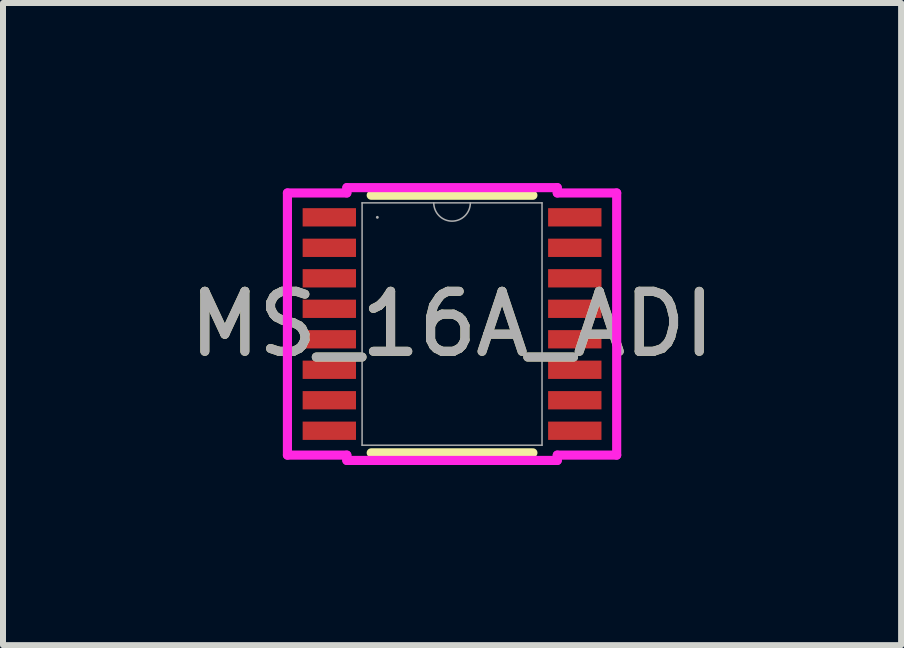
<source format=kicad_pcb>
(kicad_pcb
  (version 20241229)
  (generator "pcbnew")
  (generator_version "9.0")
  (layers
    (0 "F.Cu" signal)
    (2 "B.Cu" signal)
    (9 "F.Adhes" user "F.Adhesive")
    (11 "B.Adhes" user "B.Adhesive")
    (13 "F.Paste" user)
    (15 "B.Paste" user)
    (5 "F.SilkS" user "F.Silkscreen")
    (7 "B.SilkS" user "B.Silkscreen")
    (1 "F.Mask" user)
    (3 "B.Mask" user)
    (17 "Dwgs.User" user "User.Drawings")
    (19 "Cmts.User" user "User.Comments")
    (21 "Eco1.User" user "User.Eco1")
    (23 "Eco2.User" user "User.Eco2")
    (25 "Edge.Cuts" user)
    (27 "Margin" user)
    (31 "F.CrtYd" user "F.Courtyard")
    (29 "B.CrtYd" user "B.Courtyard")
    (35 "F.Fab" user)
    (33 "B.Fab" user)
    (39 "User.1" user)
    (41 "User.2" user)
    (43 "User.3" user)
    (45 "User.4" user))
  (footprint "MS_16A_ADI"
    (layer "F.Cu")
    (at 4.482 2.349)
    (property "Reference" "MS_16A_ADI" (at 0 0 0) (unlocked yes) (layer "F.SilkS") (effects (font (size 1 1) (thickness 0.15))))
    (attr smd)
    (fp_line (start -1.347 2.146) (end 1.347 2.146) (stroke (width 0.152) (type solid)) (layer "F.SilkS"))
    (fp_line (start 1.347 -2.146) (end -1.347 -2.146) (stroke (width 0.152) (type solid)) (layer "F.SilkS"))
    (fp_line (start -2.743 -2.184) (end -1.753 -2.184) (stroke (width 0.152) (type solid)) (layer "F.CrtYd"))
    (fp_line (start -2.743 2.184) (end -2.743 -2.184) (stroke (width 0.152) (type solid)) (layer "F.CrtYd"))
    (fp_line (start -2.743 2.184) (end -1.753 2.184) (stroke (width 0.152) (type solid)) (layer "F.CrtYd"))
    (fp_line (start -1.753 -2.273) (end 1.753 -2.273) (stroke (width 0.152) (type solid)) (layer "F.CrtYd"))
    (fp_line (start -1.753 -2.184) (end -1.753 -2.273) (stroke (width 0.152) (type solid)) (layer "F.CrtYd"))
    (fp_line (start -1.753 2.273) (end -1.753 2.184) (stroke (width 0.152) (type solid)) (layer "F.CrtYd"))
    (fp_line (start 1.753 -2.273) (end 1.753 -2.184) (stroke (width 0.152) (type solid)) (layer "F.CrtYd"))
    (fp_line (start 1.753 2.184) (end 1.753 2.273) (stroke (width 0.152) (type solid)) (layer "F.CrtYd"))
    (fp_line (start 1.753 2.273) (end -1.753 2.273) (stroke (width 0.152) (type solid)) (layer "F.CrtYd"))
    (fp_line (start 2.743 -2.184) (end 1.753 -2.184) (stroke (width 0.152) (type solid)) (layer "F.CrtYd"))
    (fp_line (start 2.743 -2.184) (end 2.743 2.184) (stroke (width 0.152) (type solid)) (layer "F.CrtYd"))
    (fp_line (start 2.743 2.184) (end 1.753 2.184) (stroke (width 0.152) (type solid)) (layer "F.CrtYd"))
    (fp_line (start -1.499 -2.019) (end -1.499 2.019) (stroke (width 0.025) (type solid)) (layer "F.Fab"))
    (fp_line (start -1.499 2.019) (end 1.499 2.019) (stroke (width 0.025) (type solid)) (layer "F.Fab"))
    (fp_line (start 1.499 -2.019) (end -1.499 -2.019) (stroke (width 0.025) (type solid)) (layer "F.Fab"))
    (fp_line (start 1.499 2.019) (end 1.499 -2.019) (stroke (width 0.025) (type solid)) (layer "F.Fab"))
    (fp_arc (start 0.3048 -2.0193) (mid 0 -1.7145) (end -0.3048 -2.0193) (stroke (width 0.0254) (type solid)) (layer "F.Fab"))
    (fp_circle (center -1.245 -1.778) (end -1.245 -1.778) (stroke (width 0.025) (type solid)) (fill no) (layer "F.Fab"))
    (fp_text user "${REFERENCE}" (at 0 0 0) (unlocked yes) (layer "F.Fab") (effects (font (size 1 1) (thickness 0.15))))
    (pad "1" smd rect (at -2.045 -1.778) (size 0.889 0.305) (layers "F.Cu" "F.Mask" "F.Paste"))
    (pad "2" smd rect (at -2.045 -1.27) (size 0.889 0.305) (layers "F.Cu" "F.Mask" "F.Paste"))
    (pad "3" smd rect (at -2.045 -0.762) (size 0.889 0.305) (layers "F.Cu" "F.Mask" "F.Paste"))
    (pad "4" smd rect (at -2.045 -0.254) (size 0.889 0.305) (layers "F.Cu" "F.Mask" "F.Paste"))
    (pad "5" smd rect (at -2.045 0.254) (size 0.889 0.305) (layers "F.Cu" "F.Mask" "F.Paste"))
    (pad "6" smd rect (at -2.045 0.762) (size 0.889 0.305) (layers "F.Cu" "F.Mask" "F.Paste"))
    (pad "7" smd rect (at -2.045 1.27) (size 0.889 0.305) (layers "F.Cu" "F.Mask" "F.Paste"))
    (pad "8" smd rect (at -2.045 1.778) (size 0.889 0.305) (layers "F.Cu" "F.Mask" "F.Paste"))
    (pad "9" smd rect (at 2.045 1.778) (size 0.889 0.305) (layers "F.Cu" "F.Mask" "F.Paste"))
    (pad "10" smd rect (at 2.045 1.27) (size 0.889 0.305) (layers "F.Cu" "F.Mask" "F.Paste"))
    (pad "11" smd rect (at 2.045 0.762) (size 0.889 0.305) (layers "F.Cu" "F.Mask" "F.Paste"))
    (pad "12" smd rect (at 2.045 0.254) (size 0.889 0.305) (layers "F.Cu" "F.Mask" "F.Paste"))
    (pad "13" smd rect (at 2.045 -0.254) (size 0.889 0.305) (layers "F.Cu" "F.Mask" "F.Paste"))
    (pad "14" smd rect (at 2.045 -0.762) (size 0.889 0.305) (layers "F.Cu" "F.Mask" "F.Paste"))
    (pad "15" smd rect (at 2.045 -1.27) (size 0.889 0.305) (layers "F.Cu" "F.Mask" "F.Paste"))
    (pad "16" smd rect (at 2.045 -1.778) (size 0.889 0.305) (layers "F.Cu" "F.Mask" "F.Paste")))
  (gr_rect
    (start -3 -3)
    (end 11.964 7.699)
    (stroke (width 0.1) (type default))
    (fill no)
    (layer "Edge.Cuts")))
</source>
